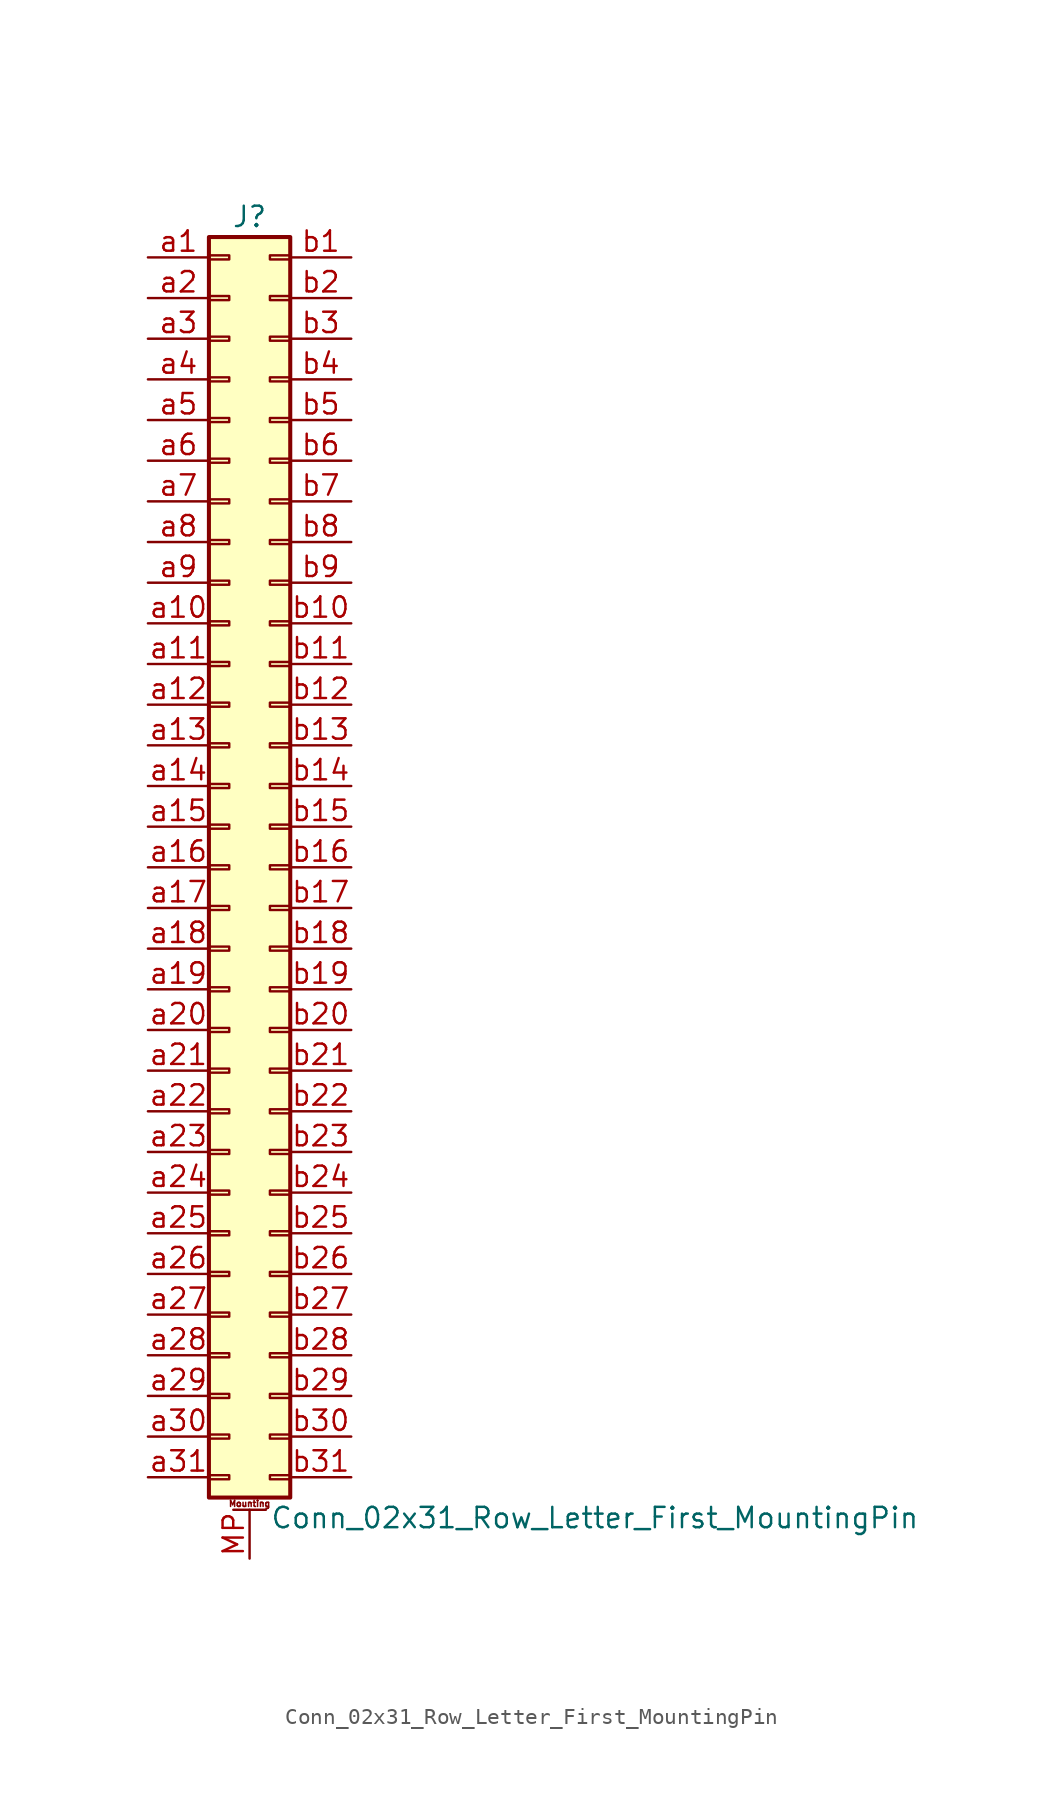
<source format=kicad_sym>
(kicad_symbol_lib
  (version 20201005)
  (generator kicad_symbol_editor)
  (symbol "Connector_Generic_MountingPin:Conn_02x31_Row_Letter_First_MountingPin"
    (pin_names
      (offset 1.016) hide)
    (property "Reference" "J"
      (at 1.27 40.64 0)
      (effects (font (size 1.27 1.27))))
    (property "Value" "Conn_02x31_Row_Letter_First_MountingPin"
      (at 2.54 -40.64 0)
      (effects (font (size 1.27 1.27)) (justify left)))
    (symbol "Conn_02x31_Row_Letter_First_MountingPin_1_1"
      (text "Mounting" (at 1.27 -39.751 0) (effects (font (size 0.381 0.381))))
      (rectangle (start -1.27 -27.813) (end 0 -28.067) (stroke (width 0.152)) (fill (type none)))
      (rectangle (start -1.27 -30.353) (end 0 -30.607) (stroke (width 0.152)) (fill (type none)))
      (rectangle (start -1.27 -32.893) (end 0 -33.147) (stroke (width 0.152)) (fill (type none)))
      (rectangle (start -1.27 -35.433) (end 0 -35.687) (stroke (width 0.152)) (fill (type none)))
      (rectangle (start -1.27 -37.973) (end 0 -38.227) (stroke (width 0.152)) (fill (type none)))
      (rectangle (start -1.27 -4.953) (end 0 -5.207) (stroke (width 0.152)) (fill (type none)))
      (rectangle (start -1.27 -7.493) (end 0 -7.747) (stroke (width 0.152)) (fill (type none)))
      (rectangle (start -1.27 -10.033) (end 0 -10.287) (stroke (width 0.152)) (fill (type none)))
      (rectangle (start -1.27 -12.573) (end 0 -12.827) (stroke (width 0.152)) (fill (type none)))
      (rectangle (start -1.27 -15.113) (end 0 -15.367) (stroke (width 0.152)) (fill (type none)))
      (rectangle (start -1.27 -17.653) (end 0 -17.907) (stroke (width 0.152)) (fill (type none)))
      (rectangle (start -1.27 -20.193) (end 0 -20.447) (stroke (width 0.152)) (fill (type none)))
      (rectangle (start -1.27 -22.733) (end 0 -22.987) (stroke (width 0.152)) (fill (type none)))
      (rectangle (start -1.27 -2.413) (end 0 -2.667) (stroke (width 0.152)) (fill (type none)))
      (rectangle (start -1.27 -25.273) (end 0 -25.527) (stroke (width 0.152)) (fill (type none)))
      (rectangle (start -1.27 25.527) (end 0 25.273) (stroke (width 0.152)) (fill (type none)))
      (rectangle (start -1.27 2.667) (end 0 2.413) (stroke (width 0.152)) (fill (type none)))
      (rectangle (start -1.27 28.067) (end 0 27.813) (stroke (width 0.152)) (fill (type none)))
      (rectangle (start -1.27 30.607) (end 0 30.353) (stroke (width 0.152)) (fill (type none)))
      (rectangle (start -1.27 33.147) (end 0 32.893) (stroke (width 0.152)) (fill (type none)))
      (rectangle (start -1.27 35.687) (end 0 35.433) (stroke (width 0.152)) (fill (type none)))
      (rectangle (start -1.27 38.227) (end 0 37.973) (stroke (width 0.152)) (fill (type none)))
      (rectangle (start -1.27 39.37) (end 3.81 -39.37) (stroke (width 0.254)) (fill (type background)))
      (rectangle (start -1.27 5.207) (end 0 4.953) (stroke (width 0.152)) (fill (type none)))
      (rectangle (start -1.27 7.747) (end 0 7.493) (stroke (width 0.152)) (fill (type none)))
      (rectangle (start -1.27 10.287) (end 0 10.033) (stroke (width 0.152)) (fill (type none)))
      (rectangle (start -1.27 0.127) (end 0 -0.127) (stroke (width 0.152)) (fill (type none)))
      (rectangle (start -1.27 12.827) (end 0 12.573) (stroke (width 0.152)) (fill (type none)))
      (rectangle (start -1.27 15.367) (end 0 15.113) (stroke (width 0.152)) (fill (type none)))
      (rectangle (start -1.27 17.907) (end 0 17.653) (stroke (width 0.152)) (fill (type none)))
      (rectangle (start -1.27 20.447) (end 0 20.193) (stroke (width 0.152)) (fill (type none)))
      (rectangle (start -1.27 22.987) (end 0 22.733) (stroke (width 0.152)) (fill (type none)))
      (rectangle (start 3.81 -27.813) (end 2.54 -28.067) (stroke (width 0.152)) (fill (type none)))
      (rectangle (start 3.81 -30.353) (end 2.54 -30.607) (stroke (width 0.152)) (fill (type none)))
      (rectangle (start 3.81 -32.893) (end 2.54 -33.147) (stroke (width 0.152)) (fill (type none)))
      (rectangle (start 3.81 -35.433) (end 2.54 -35.687) (stroke (width 0.152)) (fill (type none)))
      (rectangle (start 3.81 -37.973) (end 2.54 -38.227) (stroke (width 0.152)) (fill (type none)))
      (rectangle (start 3.81 -4.953) (end 2.54 -5.207) (stroke (width 0.152)) (fill (type none)))
      (rectangle (start 3.81 -7.493) (end 2.54 -7.747) (stroke (width 0.152)) (fill (type none)))
      (rectangle (start 3.81 -10.033) (end 2.54 -10.287) (stroke (width 0.152)) (fill (type none)))
      (rectangle (start 3.81 -12.573) (end 2.54 -12.827) (stroke (width 0.152)) (fill (type none)))
      (rectangle (start 3.81 -15.113) (end 2.54 -15.367) (stroke (width 0.152)) (fill (type none)))
      (rectangle (start 3.81 -17.653) (end 2.54 -17.907) (stroke (width 0.152)) (fill (type none)))
      (rectangle (start 3.81 -20.193) (end 2.54 -20.447) (stroke (width 0.152)) (fill (type none)))
      (rectangle (start 3.81 -22.733) (end 2.54 -22.987) (stroke (width 0.152)) (fill (type none)))
      (rectangle (start 3.81 -2.413) (end 2.54 -2.667) (stroke (width 0.152)) (fill (type none)))
      (rectangle (start 3.81 -25.273) (end 2.54 -25.527) (stroke (width 0.152)) (fill (type none)))
      (rectangle (start 3.81 25.527) (end 2.54 25.273) (stroke (width 0.152)) (fill (type none)))
      (rectangle (start 3.81 2.667) (end 2.54 2.413) (stroke (width 0.152)) (fill (type none)))
      (rectangle (start 3.81 28.067) (end 2.54 27.813) (stroke (width 0.152)) (fill (type none)))
      (rectangle (start 3.81 30.607) (end 2.54 30.353) (stroke (width 0.152)) (fill (type none)))
      (rectangle (start 3.81 33.147) (end 2.54 32.893) (stroke (width 0.152)) (fill (type none)))
      (rectangle (start 3.81 35.687) (end 2.54 35.433) (stroke (width 0.152)) (fill (type none)))
      (rectangle (start 3.81 38.227) (end 2.54 37.973) (stroke (width 0.152)) (fill (type none)))
      (rectangle (start 3.81 5.207) (end 2.54 4.953) (stroke (width 0.152)) (fill (type none)))
      (rectangle (start 3.81 7.747) (end 2.54 7.493) (stroke (width 0.152)) (fill (type none)))
      (rectangle (start 3.81 10.287) (end 2.54 10.033) (stroke (width 0.152)) (fill (type none)))
      (rectangle (start 3.81 0.127) (end 2.54 -0.127) (stroke (width 0.152)) (fill (type none)))
      (rectangle (start 3.81 12.827) (end 2.54 12.573) (stroke (width 0.152)) (fill (type none)))
      (rectangle (start 3.81 15.367) (end 2.54 15.113) (stroke (width 0.152)) (fill (type none)))
      (rectangle (start 3.81 17.907) (end 2.54 17.653) (stroke (width 0.152)) (fill (type none)))
      (rectangle (start 3.81 20.447) (end 2.54 20.193) (stroke (width 0.152)) (fill (type none)))
      (rectangle (start 3.81 22.987) (end 2.54 22.733) (stroke (width 0.152)) (fill (type none)))
      (polyline (pts (xy 0.254 -40.132) (xy 2.286 -40.132)) (stroke (width 0.152)) (fill (type none)))
      (pin passive line (at 1.27 -43.18 90) (length 3.048) (name "MountPin" (effects (font (size 1.27 1.27)))) (number "MP" (effects (font (size 1.27 1.27)))))
      (pin passive line (at -5.08 38.1 0) (length 3.81) (name "Pin_a1" (effects (font (size 1.27 1.27)))) (number "a1" (effects (font (size 1.27 1.27)))))
      (pin passive line (at -5.08 15.24 0) (length 3.81) (name "Pin_a10" (effects (font (size 1.27 1.27)))) (number "a10" (effects (font (size 1.27 1.27)))))
      (pin passive line (at -5.08 12.7 0) (length 3.81) (name "Pin_a11" (effects (font (size 1.27 1.27)))) (number "a11" (effects (font (size 1.27 1.27)))))
      (pin passive line (at -5.08 10.16 0) (length 3.81) (name "Pin_a12" (effects (font (size 1.27 1.27)))) (number "a12" (effects (font (size 1.27 1.27)))))
      (pin passive line (at -5.08 7.62 0) (length 3.81) (name "Pin_a13" (effects (font (size 1.27 1.27)))) (number "a13" (effects (font (size 1.27 1.27)))))
      (pin passive line (at -5.08 5.08 0) (length 3.81) (name "Pin_a14" (effects (font (size 1.27 1.27)))) (number "a14" (effects (font (size 1.27 1.27)))))
      (pin passive line (at -5.08 2.54 0) (length 3.81) (name "Pin_a15" (effects (font (size 1.27 1.27)))) (number "a15" (effects (font (size 1.27 1.27)))))
      (pin passive line (at -5.08 0 0) (length 3.81) (name "Pin_a16" (effects (font (size 1.27 1.27)))) (number "a16" (effects (font (size 1.27 1.27)))))
      (pin passive line (at -5.08 -2.54 0) (length 3.81) (name "Pin_a17" (effects (font (size 1.27 1.27)))) (number "a17" (effects (font (size 1.27 1.27)))))
      (pin passive line (at -5.08 -5.08 0) (length 3.81) (name "Pin_a18" (effects (font (size 1.27 1.27)))) (number "a18" (effects (font (size 1.27 1.27)))))
      (pin passive line (at -5.08 -7.62 0) (length 3.81) (name "Pin_a19" (effects (font (size 1.27 1.27)))) (number "a19" (effects (font (size 1.27 1.27)))))
      (pin passive line (at -5.08 35.56 0) (length 3.81) (name "Pin_a2" (effects (font (size 1.27 1.27)))) (number "a2" (effects (font (size 1.27 1.27)))))
      (pin passive line (at -5.08 -10.16 0) (length 3.81) (name "Pin_a20" (effects (font (size 1.27 1.27)))) (number "a20" (effects (font (size 1.27 1.27)))))
      (pin passive line (at -5.08 -12.7 0) (length 3.81) (name "Pin_a21" (effects (font (size 1.27 1.27)))) (number "a21" (effects (font (size 1.27 1.27)))))
      (pin passive line (at -5.08 -15.24 0) (length 3.81) (name "Pin_a22" (effects (font (size 1.27 1.27)))) (number "a22" (effects (font (size 1.27 1.27)))))
      (pin passive line (at -5.08 -17.78 0) (length 3.81) (name "Pin_a23" (effects (font (size 1.27 1.27)))) (number "a23" (effects (font (size 1.27 1.27)))))
      (pin passive line (at -5.08 -20.32 0) (length 3.81) (name "Pin_a24" (effects (font (size 1.27 1.27)))) (number "a24" (effects (font (size 1.27 1.27)))))
      (pin passive line (at -5.08 -22.86 0) (length 3.81) (name "Pin_a25" (effects (font (size 1.27 1.27)))) (number "a25" (effects (font (size 1.27 1.27)))))
      (pin passive line (at -5.08 -25.4 0) (length 3.81) (name "Pin_a26" (effects (font (size 1.27 1.27)))) (number "a26" (effects (font (size 1.27 1.27)))))
      (pin passive line (at -5.08 -27.94 0) (length 3.81) (name "Pin_a27" (effects (font (size 1.27 1.27)))) (number "a27" (effects (font (size 1.27 1.27)))))
      (pin passive line (at -5.08 -30.48 0) (length 3.81) (name "Pin_a28" (effects (font (size 1.27 1.27)))) (number "a28" (effects (font (size 1.27 1.27)))))
      (pin passive line (at -5.08 -33.02 0) (length 3.81) (name "Pin_a29" (effects (font (size 1.27 1.27)))) (number "a29" (effects (font (size 1.27 1.27)))))
      (pin passive line (at -5.08 33.02 0) (length 3.81) (name "Pin_a3" (effects (font (size 1.27 1.27)))) (number "a3" (effects (font (size 1.27 1.27)))))
      (pin passive line (at -5.08 -35.56 0) (length 3.81) (name "Pin_a30" (effects (font (size 1.27 1.27)))) (number "a30" (effects (font (size 1.27 1.27)))))
      (pin passive line (at -5.08 -38.1 0) (length 3.81) (name "Pin_a31" (effects (font (size 1.27 1.27)))) (number "a31" (effects (font (size 1.27 1.27)))))
      (pin passive line (at -5.08 30.48 0) (length 3.81) (name "Pin_a4" (effects (font (size 1.27 1.27)))) (number "a4" (effects (font (size 1.27 1.27)))))
      (pin passive line (at -5.08 27.94 0) (length 3.81) (name "Pin_a5" (effects (font (size 1.27 1.27)))) (number "a5" (effects (font (size 1.27 1.27)))))
      (pin passive line (at -5.08 25.4 0) (length 3.81) (name "Pin_a6" (effects (font (size 1.27 1.27)))) (number "a6" (effects (font (size 1.27 1.27)))))
      (pin passive line (at -5.08 22.86 0) (length 3.81) (name "Pin_a7" (effects (font (size 1.27 1.27)))) (number "a7" (effects (font (size 1.27 1.27)))))
      (pin passive line (at -5.08 20.32 0) (length 3.81) (name "Pin_a8" (effects (font (size 1.27 1.27)))) (number "a8" (effects (font (size 1.27 1.27)))))
      (pin passive line (at -5.08 17.78 0) (length 3.81) (name "Pin_a9" (effects (font (size 1.27 1.27)))) (number "a9" (effects (font (size 1.27 1.27)))))
      (pin passive line (at 7.62 38.1 180) (length 3.81) (name "Pin_b1" (effects (font (size 1.27 1.27)))) (number "b1" (effects (font (size 1.27 1.27)))))
      (pin passive line (at 7.62 15.24 180) (length 3.81) (name "Pin_b10" (effects (font (size 1.27 1.27)))) (number "b10" (effects (font (size 1.27 1.27)))))
      (pin passive line (at 7.62 12.7 180) (length 3.81) (name "Pin_b11" (effects (font (size 1.27 1.27)))) (number "b11" (effects (font (size 1.27 1.27)))))
      (pin passive line (at 7.62 10.16 180) (length 3.81) (name "Pin_b12" (effects (font (size 1.27 1.27)))) (number "b12" (effects (font (size 1.27 1.27)))))
      (pin passive line (at 7.62 7.62 180) (length 3.81) (name "Pin_b13" (effects (font (size 1.27 1.27)))) (number "b13" (effects (font (size 1.27 1.27)))))
      (pin passive line (at 7.62 5.08 180) (length 3.81) (name "Pin_b14" (effects (font (size 1.27 1.27)))) (number "b14" (effects (font (size 1.27 1.27)))))
      (pin passive line (at 7.62 2.54 180) (length 3.81) (name "Pin_b15" (effects (font (size 1.27 1.27)))) (number "b15" (effects (font (size 1.27 1.27)))))
      (pin passive line (at 7.62 0 180) (length 3.81) (name "Pin_b16" (effects (font (size 1.27 1.27)))) (number "b16" (effects (font (size 1.27 1.27)))))
      (pin passive line (at 7.62 -2.54 180) (length 3.81) (name "Pin_b17" (effects (font (size 1.27 1.27)))) (number "b17" (effects (font (size 1.27 1.27)))))
      (pin passive line (at 7.62 -5.08 180) (length 3.81) (name "Pin_b18" (effects (font (size 1.27 1.27)))) (number "b18" (effects (font (size 1.27 1.27)))))
      (pin passive line (at 7.62 -7.62 180) (length 3.81) (name "Pin_b19" (effects (font (size 1.27 1.27)))) (number "b19" (effects (font (size 1.27 1.27)))))
      (pin passive line (at 7.62 35.56 180) (length 3.81) (name "Pin_b2" (effects (font (size 1.27 1.27)))) (number "b2" (effects (font (size 1.27 1.27)))))
      (pin passive line (at 7.62 -10.16 180) (length 3.81) (name "Pin_b20" (effects (font (size 1.27 1.27)))) (number "b20" (effects (font (size 1.27 1.27)))))
      (pin passive line (at 7.62 -12.7 180) (length 3.81) (name "Pin_b21" (effects (font (size 1.27 1.27)))) (number "b21" (effects (font (size 1.27 1.27)))))
      (pin passive line (at 7.62 -15.24 180) (length 3.81) (name "Pin_b22" (effects (font (size 1.27 1.27)))) (number "b22" (effects (font (size 1.27 1.27)))))
      (pin passive line (at 7.62 -17.78 180) (length 3.81) (name "Pin_b23" (effects (font (size 1.27 1.27)))) (number "b23" (effects (font (size 1.27 1.27)))))
      (pin passive line (at 7.62 -20.32 180) (length 3.81) (name "Pin_b24" (effects (font (size 1.27 1.27)))) (number "b24" (effects (font (size 1.27 1.27)))))
      (pin passive line (at 7.62 -22.86 180) (length 3.81) (name "Pin_b25" (effects (font (size 1.27 1.27)))) (number "b25" (effects (font (size 1.27 1.27)))))
      (pin passive line (at 7.62 -25.4 180) (length 3.81) (name "Pin_b26" (effects (font (size 1.27 1.27)))) (number "b26" (effects (font (size 1.27 1.27)))))
      (pin passive line (at 7.62 -27.94 180) (length 3.81) (name "Pin_b27" (effects (font (size 1.27 1.27)))) (number "b27" (effects (font (size 1.27 1.27)))))
      (pin passive line (at 7.62 -30.48 180) (length 3.81) (name "Pin_b28" (effects (font (size 1.27 1.27)))) (number "b28" (effects (font (size 1.27 1.27)))))
      (pin passive line (at 7.62 -33.02 180) (length 3.81) (name "Pin_b29" (effects (font (size 1.27 1.27)))) (number "b29" (effects (font (size 1.27 1.27)))))
      (pin passive line (at 7.62 33.02 180) (length 3.81) (name "Pin_b3" (effects (font (size 1.27 1.27)))) (number "b3" (effects (font (size 1.27 1.27)))))
      (pin passive line (at 7.62 -35.56 180) (length 3.81) (name "Pin_b30" (effects (font (size 1.27 1.27)))) (number "b30" (effects (font (size 1.27 1.27)))))
      (pin passive line (at 7.62 -38.1 180) (length 3.81) (name "Pin_b31" (effects (font (size 1.27 1.27)))) (number "b31" (effects (font (size 1.27 1.27)))))
      (pin passive line (at 7.62 30.48 180) (length 3.81) (name "Pin_b4" (effects (font (size 1.27 1.27)))) (number "b4" (effects (font (size 1.27 1.27)))))
      (pin passive line (at 7.62 27.94 180) (length 3.81) (name "Pin_b5" (effects (font (size 1.27 1.27)))) (number "b5" (effects (font (size 1.27 1.27)))))
      (pin passive line (at 7.62 25.4 180) (length 3.81) (name "Pin_b6" (effects (font (size 1.27 1.27)))) (number "b6" (effects (font (size 1.27 1.27)))))
      (pin passive line (at 7.62 22.86 180) (length 3.81) (name "Pin_b7" (effects (font (size 1.27 1.27)))) (number "b7" (effects (font (size 1.27 1.27)))))
      (pin passive line (at 7.62 20.32 180) (length 3.81) (name "Pin_b8" (effects (font (size 1.27 1.27)))) (number "b8" (effects (font (size 1.27 1.27)))))
      (pin passive line (at 7.62 17.78 180) (length 3.81) (name "Pin_b9" (effects (font (size 1.27 1.27)))) (number "b9" (effects (font (size 1.27 1.27))))))))
</source>
